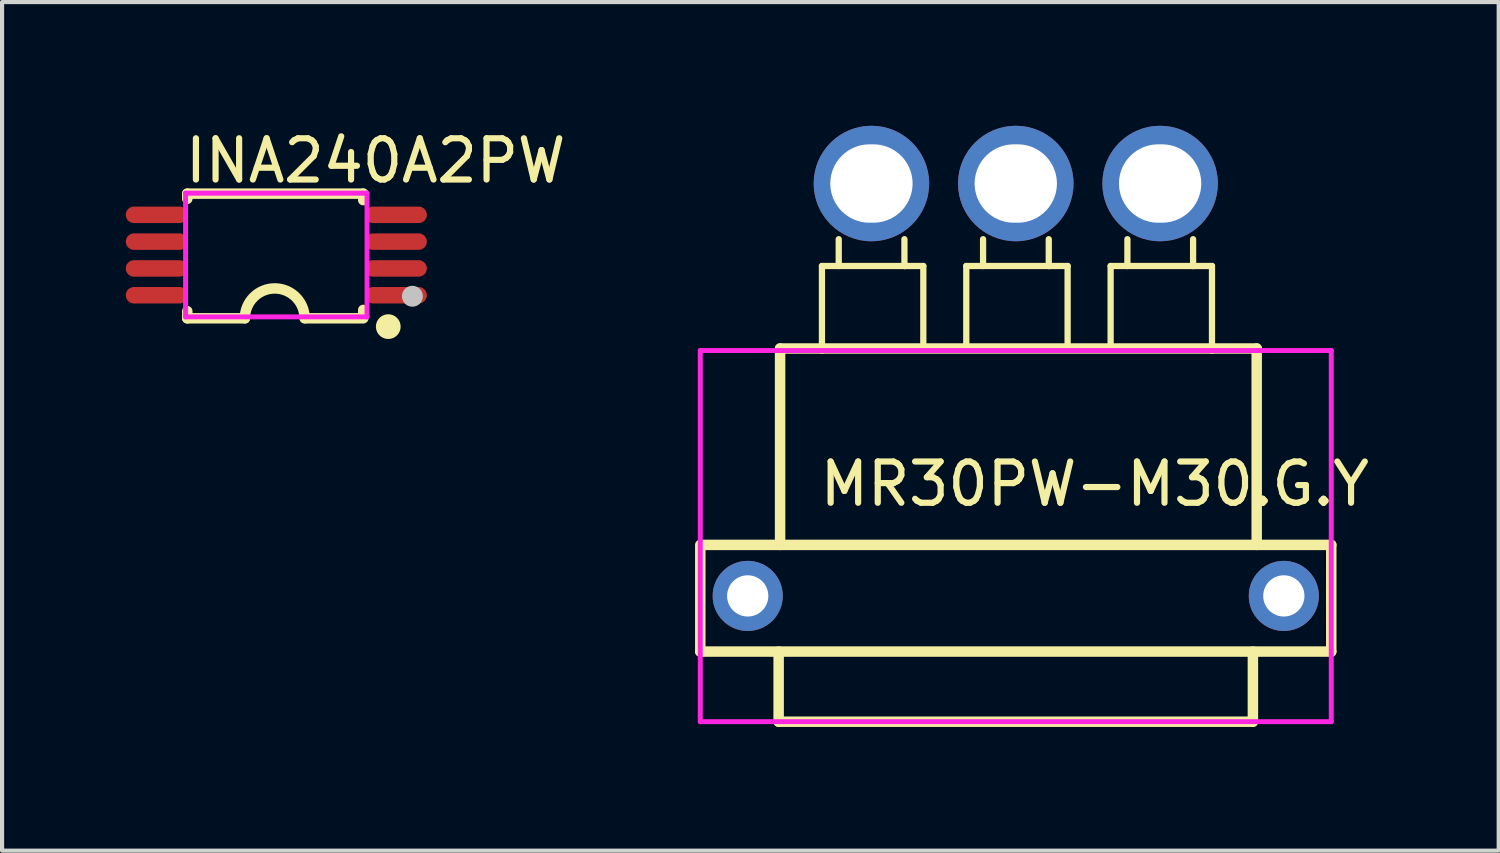
<source format=kicad_pcb>
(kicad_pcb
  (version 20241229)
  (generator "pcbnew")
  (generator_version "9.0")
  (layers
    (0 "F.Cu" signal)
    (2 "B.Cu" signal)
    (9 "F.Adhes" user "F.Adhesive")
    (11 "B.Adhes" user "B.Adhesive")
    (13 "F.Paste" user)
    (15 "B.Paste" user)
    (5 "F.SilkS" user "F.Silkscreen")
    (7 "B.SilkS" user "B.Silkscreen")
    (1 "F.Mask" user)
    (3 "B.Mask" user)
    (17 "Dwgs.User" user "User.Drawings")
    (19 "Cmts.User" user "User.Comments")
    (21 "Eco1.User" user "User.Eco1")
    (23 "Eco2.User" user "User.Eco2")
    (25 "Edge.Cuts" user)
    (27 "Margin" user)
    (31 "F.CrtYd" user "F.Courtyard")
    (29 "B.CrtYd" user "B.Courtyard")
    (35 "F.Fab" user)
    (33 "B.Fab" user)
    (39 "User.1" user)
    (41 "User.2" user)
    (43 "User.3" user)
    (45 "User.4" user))
  (footprint "INA240A2PW"
    (layer "F.Cu")
    (at 3.65 3.134)
    (property "Reference" "INA240A2PW" (at -2.286 -2.286 0) (layer "F.SilkS") (effects (font (size 1 1) (thickness 0.15)) (justify left)))
    (attr through_hole)
    (fp_line (start -2.159 -1.488) (end 2.108 -1.488) (stroke (width 0.254) (type solid)) (layer "F.SilkS"))
    (fp_line (start -2.159 -1.362) (end -2.159 -1.488) (stroke (width 0.254) (type solid)) (layer "F.SilkS"))
    (fp_line (start -2.159 1.534) (end -2.159 1.362) (stroke (width 0.254) (type solid)) (layer "F.SilkS"))
    (fp_line (start -0.762 1.534) (end -2.159 1.534) (stroke (width 0.254) (type solid)) (layer "F.SilkS"))
    (fp_line (start 2.108 -1.488) (end 2.108 -1.332) (stroke (width 0.254) (type solid)) (layer "F.SilkS"))
    (fp_line (start 2.108 1.332) (end 2.108 1.509) (stroke (width 0.254) (type solid)) (layer "F.SilkS"))
    (fp_line (start 2.108 1.534) (end 0.711 1.534) (stroke (width 0.254) (type solid)) (layer "F.SilkS"))
    (fp_arc (start -0.762 1.534) (mid -0.038 0.81) (end 0.686 1.534) (stroke (width 0.254) (type solid)) (layer "F.SilkS"))
    (fp_arc (start 2.565 1.735) (mid 2.865003 1.73573) (end 2.565005 1.73754) (stroke (width 0.3) (type solid)) (layer "F.SilkS"))
    (fp_circle (center 3.3 1) (end 3.427 1) (stroke (width 0.254) (type solid)) (fill no) (layer "Dwgs.User"))
    (fp_line (start -2.61 -1.1) (end -2.19 -1.1) (stroke (width 0.12) (type solid)) (layer "Eco2.User"))
    (fp_line (start -2.61 -0.85) (end -2.61 -1.1) (stroke (width 0.12) (type solid)) (layer "Eco2.User"))
    (fp_line (start -2.61 -0.45) (end -2.19 -0.45) (stroke (width 0.12) (type solid)) (layer "Eco2.User"))
    (fp_line (start -2.61 -0.2) (end -2.61 -0.45) (stroke (width 0.12) (type solid)) (layer "Eco2.User"))
    (fp_line (start -2.61 0.2) (end -2.19 0.2) (stroke (width 0.12) (type solid)) (layer "Eco2.User"))
    (fp_line (start -2.61 0.45) (end -2.61 0.2) (stroke (width 0.12) (type solid)) (layer "Eco2.User"))
    (fp_line (start -2.61 0.85) (end -2.19 0.85) (stroke (width 0.12) (type solid)) (layer "Eco2.User"))
    (fp_line (start -2.61 1.1) (end -2.61 0.85) (stroke (width 0.12) (type solid)) (layer "Eco2.User"))
    (fp_line (start -2.19 -1.1) (end -2.19 -0.85) (stroke (width 0.12) (type solid)) (layer "Eco2.User"))
    (fp_line (start -2.19 -0.85) (end -2.61 -0.85) (stroke (width 0.12) (type solid)) (layer "Eco2.User"))
    (fp_line (start -2.19 -0.45) (end -2.19 -0.2) (stroke (width 0.12) (type solid)) (layer "Eco2.User"))
    (fp_line (start -2.19 -0.2) (end -2.61 -0.2) (stroke (width 0.12) (type solid)) (layer "Eco2.User"))
    (fp_line (start -2.19 0.2) (end -2.19 0.45) (stroke (width 0.12) (type solid)) (layer "Eco2.User"))
    (fp_line (start -2.19 0.45) (end -2.61 0.45) (stroke (width 0.12) (type solid)) (layer "Eco2.User"))
    (fp_line (start -2.19 0.85) (end -2.19 1.1) (stroke (width 0.12) (type solid)) (layer "Eco2.User"))
    (fp_line (start -2.19 1.1) (end -2.61 1.1) (stroke (width 0.12) (type solid)) (layer "Eco2.User"))
    (fp_line (start 2.19 -1.1) (end 2.61 -1.1) (stroke (width 0.12) (type solid)) (layer "Eco2.User"))
    (fp_line (start 2.19 -0.85) (end 2.19 -1.1) (stroke (width 0.12) (type solid)) (layer "Eco2.User"))
    (fp_line (start 2.19 -0.45) (end 2.61 -0.45) (stroke (width 0.12) (type solid)) (layer "Eco2.User"))
    (fp_line (start 2.19 -0.2) (end 2.19 -0.45) (stroke (width 0.12) (type solid)) (layer "Eco2.User"))
    (fp_line (start 2.19 0.2) (end 2.61 0.2) (stroke (width 0.12) (type solid)) (layer "Eco2.User"))
    (fp_line (start 2.19 0.45) (end 2.19 0.2) (stroke (width 0.12) (type solid)) (layer "Eco2.User"))
    (fp_line (start 2.19 0.85) (end 2.61 0.85) (stroke (width 0.12) (type solid)) (layer "Eco2.User"))
    (fp_line (start 2.19 1.1) (end 2.19 0.85) (stroke (width 0.12) (type solid)) (layer "Eco2.User"))
    (fp_line (start 2.61 -1.1) (end 2.61 -0.85) (stroke (width 0.12) (type solid)) (layer "Eco2.User"))
    (fp_line (start 2.61 -0.85) (end 2.19 -0.85) (stroke (width 0.12) (type solid)) (layer "Eco2.User"))
    (fp_line (start 2.61 -0.45) (end 2.61 -0.2) (stroke (width 0.12) (type solid)) (layer "Eco2.User"))
    (fp_line (start 2.61 -0.2) (end 2.19 -0.2) (stroke (width 0.12) (type solid)) (layer "Eco2.User"))
    (fp_line (start 2.61 0.2) (end 2.61 0.45) (stroke (width 0.12) (type solid)) (layer "Eco2.User"))
    (fp_line (start 2.61 0.45) (end 2.19 0.45) (stroke (width 0.12) (type solid)) (layer "Eco2.User"))
    (fp_line (start 2.61 0.85) (end 2.61 1.1) (stroke (width 0.12) (type solid)) (layer "Eco2.User"))
    (fp_line (start 2.61 1.1) (end 2.19 1.1) (stroke (width 0.12) (type solid)) (layer "Eco2.User"))
    (fp_circle (center 3.15 1.45) (end 3.2 1.45) (stroke (width 0.1) (type solid)) (fill no) (layer "Eco2.User"))
    (fp_poly (pts (xy -3.2 -0.85) (xy -3.2 -1.1) (xy -2.6 -1.1) (xy -2.6 -0.85)) (stroke (width 0.12) (type solid)) (fill no) (layer "Eco2.User"))
    (fp_poly (pts (xy -3.2 -0.2) (xy -3.2 -0.45) (xy -2.6 -0.45) (xy -2.6 -0.2)) (stroke (width 0.12) (type solid)) (fill no) (layer "Eco2.User"))
    (fp_poly (pts (xy -3.2 0.45) (xy -3.2 0.2) (xy -2.6 0.2) (xy -2.6 0.45)) (stroke (width 0.12) (type solid)) (fill no) (layer "Eco2.User"))
    (fp_poly (pts (xy -3.2 1.1) (xy -3.2 0.85) (xy -2.6 0.85) (xy -2.6 1.1)) (stroke (width 0.12) (type solid)) (fill no) (layer "Eco2.User"))
    (fp_poly (pts (xy 2.6 -0.85) (xy 2.6 -1.1) (xy 3.2 -1.1) (xy 3.2 -0.85)) (stroke (width 0.12) (type solid)) (fill no) (layer "Eco2.User"))
    (fp_poly (pts (xy 2.6 -0.2) (xy 2.6 -0.45) (xy 3.2 -0.45) (xy 3.2 -0.2)) (stroke (width 0.12) (type solid)) (fill no) (layer "Eco2.User"))
    (fp_poly (pts (xy 2.6 0.45) (xy 2.6 0.2) (xy 3.2 0.2) (xy 3.2 0.45)) (stroke (width 0.12) (type solid)) (fill no) (layer "Eco2.User"))
    (fp_poly (pts (xy 2.6 1.1) (xy 2.6 0.85) (xy 3.2 0.85) (xy 3.2 1.1)) (stroke (width 0.12) (type solid)) (fill no) (layer "Eco2.User"))
    (fp_line (start -2.2 -1.5) (end 2.2 -1.5) (stroke (width 0.12) (type solid)) (layer "F.CrtYd"))
    (fp_line (start -2.2 1.5) (end -2.2 -1.5) (stroke (width 0.12) (type solid)) (layer "F.CrtYd"))
    (fp_line (start 2.2 -1.5) (end 2.2 1.5) (stroke (width 0.12) (type solid)) (layer "F.CrtYd"))
    (fp_line (start 2.2 1.5) (end -2.2 1.5) (stroke (width 0.12) (type solid)) (layer "F.CrtYd"))
    (pad "1" smd oval (at 2.9 0.975 270) (size 0.4 1.5) (layers "F.Cu" "F.Mask" "F.Paste"))
    (pad "2" smd oval (at 2.9 0.325 270) (size 0.4 1.5) (layers "F.Cu" "F.Mask" "F.Paste"))
    (pad "3" smd oval (at 2.9 -0.325 270) (size 0.4 1.5) (layers "F.Cu" "F.Mask" "F.Paste"))
    (pad "4" smd oval (at 2.9 -0.975 270) (size 0.4 1.5) (layers "F.Cu" "F.Mask" "F.Paste"))
    (pad "5" smd oval (at -2.9 -0.975 270) (size 0.4 1.5) (layers "F.Cu" "F.Mask" "F.Paste"))
    (pad "6" smd oval (at -2.9 -0.325 270) (size 0.4 1.5) (layers "F.Cu" "F.Mask" "F.Paste"))
    (pad "7" smd oval (at -2.9 0.325 270) (size 0.4 1.5) (layers "F.Cu" "F.Mask" "F.Paste"))
    (pad "8" smd oval (at -2.9 0.975 270) (size 0.4 1.5) (layers "F.Cu" "F.Mask" "F.Paste")))
  (footprint "MR30PW-M30.G.Y"
    (layer "F.Cu")
    (at 21.581 6.4)
    (property "Reference" "MR30PW-M30.G.Y" (at -4.826 2.286 0) (layer "F.SilkS") (effects (font (size 1 1) (thickness 0.15)) (justify left)))
    (attr through_hole)
    (fp_line (start -7.65 6.35) (end -7.65 3.763) (stroke (width 0.254) (type solid)) (layer "F.SilkS"))
    (fp_line (start -7.65 6.35) (end 7.65 6.35) (stroke (width 0.254) (type solid)) (layer "F.SilkS"))
    (fp_line (start -5.75 8.05) (end -5.75 6.35) (stroke (width 0.254) (type solid)) (layer "F.SilkS"))
    (fp_line (start -5.75 8.05) (end 5.75 8.05) (stroke (width 0.254) (type solid)) (layer "F.SilkS"))
    (fp_line (start -5.715 -1) (end -5.715 3.763) (stroke (width 0.254) (type solid)) (layer "F.SilkS"))
    (fp_line (start -4.7 -3) (end -2.242 -3) (stroke (width 0.152) (type solid)) (layer "F.SilkS"))
    (fp_line (start -4.7 -1) (end -5.715 -1) (stroke (width 0.254) (type solid)) (layer "F.SilkS"))
    (fp_line (start -4.7 -1) (end -4.7 -3) (stroke (width 0.152) (type solid)) (layer "F.SilkS"))
    (fp_line (start -4.7 -1) (end 4.758 -1) (stroke (width 0.254) (type solid)) (layer "F.SilkS"))
    (fp_line (start -4.293 -3) (end -4.293 -3.65) (stroke (width 0.152) (type solid)) (layer "F.SilkS"))
    (fp_line (start -2.7 -3.65) (end -2.7 -3) (stroke (width 0.152) (type solid)) (layer "F.SilkS"))
    (fp_line (start -2.7 -3) (end -2.675 -3) (stroke (width 0.152) (type solid)) (layer "F.SilkS"))
    (fp_line (start -2.242 -3) (end -2.242 -1) (stroke (width 0.152) (type solid)) (layer "F.SilkS"))
    (fp_line (start -1.2 -3) (end 1.257 -3) (stroke (width 0.152) (type solid)) (layer "F.SilkS"))
    (fp_line (start -1.2 -1) (end -1.2 -3) (stroke (width 0.152) (type solid)) (layer "F.SilkS"))
    (fp_line (start -0.793 -3) (end -0.793 -3.65) (stroke (width 0.152) (type solid)) (layer "F.SilkS"))
    (fp_line (start 0.8 -3.65) (end 0.8 -3) (stroke (width 0.152) (type solid)) (layer "F.SilkS"))
    (fp_line (start 0.8 -3) (end 0.825 -3) (stroke (width 0.152) (type solid)) (layer "F.SilkS"))
    (fp_line (start 1.257 -3) (end 1.257 -1) (stroke (width 0.152) (type solid)) (layer "F.SilkS"))
    (fp_line (start 2.3 -3) (end 4.758 -3) (stroke (width 0.152) (type solid)) (layer "F.SilkS"))
    (fp_line (start 2.3 -1) (end 2.3 -3) (stroke (width 0.152) (type solid)) (layer "F.SilkS"))
    (fp_line (start 2.707 -3) (end 2.707 -3.65) (stroke (width 0.152) (type solid)) (layer "F.SilkS"))
    (fp_line (start 4.3 -3.65) (end 4.3 -3) (stroke (width 0.152) (type solid)) (layer "F.SilkS"))
    (fp_line (start 4.3 -3) (end 4.325 -3) (stroke (width 0.152) (type solid)) (layer "F.SilkS"))
    (fp_line (start 4.758 -3) (end 4.758 -1) (stroke (width 0.152) (type solid)) (layer "F.SilkS"))
    (fp_line (start 4.758 -1) (end 5.842 -1) (stroke (width 0.254) (type solid)) (layer "F.SilkS"))
    (fp_line (start 5.75 8.05) (end 5.75 6.35) (stroke (width 0.254) (type solid)) (layer "F.SilkS"))
    (fp_line (start 5.842 -1) (end 5.842 3.763) (stroke (width 0.254) (type solid)) (layer "F.SilkS"))
    (fp_line (start 7.65 3.763) (end -7.62 3.763) (stroke (width 0.254) (type solid)) (layer "F.SilkS"))
    (fp_line (start 7.65 6.35) (end 7.65 3.763) (stroke (width 0.254) (type solid)) (layer "F.SilkS"))
    (fp_line (start -4.3 -5.8) (end -4.3 -0.9) (stroke (width 0.12) (type solid)) (layer "Eco2.User"))
    (fp_line (start -4.3 -0.9) (end -2.7 -0.9) (stroke (width 0.12) (type solid)) (layer "Eco2.User"))
    (fp_line (start -2.7 -5.8) (end -4.3 -5.8) (stroke (width 0.12) (type solid)) (layer "Eco2.User"))
    (fp_line (start -2.7 -0.9) (end -2.7 -5.8) (stroke (width 0.12) (type solid)) (layer "Eco2.User"))
    (fp_line (start -0.8 -5.8) (end -0.8 -0.9) (stroke (width 0.12) (type solid)) (layer "Eco2.User"))
    (fp_line (start -0.8 -0.9) (end 0.8 -0.9) (stroke (width 0.12) (type solid)) (layer "Eco2.User"))
    (fp_line (start 0.8 -5.8) (end -0.8 -5.8) (stroke (width 0.12) (type solid)) (layer "Eco2.User"))
    (fp_line (start 0.8 -0.9) (end 0.8 -5.8) (stroke (width 0.12) (type solid)) (layer "Eco2.User"))
    (fp_line (start 2.7 -5.8) (end 2.7 -0.9) (stroke (width 0.12) (type solid)) (layer "Eco2.User"))
    (fp_line (start 2.7 -0.9) (end 4.3 -0.9) (stroke (width 0.12) (type solid)) (layer "Eco2.User"))
    (fp_line (start 4.3 -5.8) (end 2.7 -5.8) (stroke (width 0.12) (type solid)) (layer "Eco2.User"))
    (fp_line (start 4.3 -0.9) (end 4.3 -5.8) (stroke (width 0.12) (type solid)) (layer "Eco2.User"))
    (fp_circle (center -7.65 -5.8) (end -7.62 -5.8) (stroke (width 0.06) (type solid)) (fill no) (layer "Eco2.User"))
    (fp_circle (center -6.5 5) (end -6.3 5) (stroke (width 0.4) (type solid)) (fill no) (layer "Eco2.User"))
    (fp_circle (center -3.5 -5) (end -3.1 -5) (stroke (width 0.8) (type solid)) (fill no) (layer "Eco2.User"))
    (fp_circle (center 0 -5) (end 0.4 -5) (stroke (width 0.8) (type solid)) (fill no) (layer "Eco2.User"))
    (fp_circle (center 3.5 -5) (end 3.9 -5) (stroke (width 0.8) (type solid)) (fill no) (layer "Eco2.User"))
    (fp_circle (center 6.5 5) (end 6.7 5) (stroke (width 0.4) (type solid)) (fill no) (layer "Eco2.User"))
    (fp_line (start -7.65 -0.95) (end 7.65 -0.95) (stroke (width 0.12) (type solid)) (layer "F.CrtYd"))
    (fp_line (start -7.65 8.05) (end -7.65 -0.95) (stroke (width 0.12) (type solid)) (layer "F.CrtYd"))
    (fp_line (start 7.65 -0.95) (end 7.65 8.05) (stroke (width 0.12) (type solid)) (layer "F.CrtYd"))
    (fp_line (start 7.65 8.05) (end -7.65 8.05) (stroke (width 0.12) (type solid)) (layer "F.CrtYd"))
    (pad "1" thru_hole circle (at -3.5 -5 180) (size 2.8 2.8) (drill oval 1.995 1.9) (layers "*.Cu" "*.Mask"))
    (pad "2" thru_hole circle (at 0 -5 180) (size 2.8 2.8) (drill oval 1.995 1.9) (layers "*.Cu" "*.Mask"))
    (pad "3" thru_hole circle (at 3.5 -5 180) (size 2.8 2.8) (drill oval 1.995 1.9) (layers "*.Cu" "*.Mask"))
    (pad "4" thru_hole circle (at 6.5 5 180) (size 1.7 1.7) (drill 1) (layers "*.Cu" "*.Mask"))
    (pad "5" thru_hole circle (at -6.5 5 180) (size 1.7 1.7) (drill 1) (layers "*.Cu" "*.Mask")))
  (gr_rect
    (start -3 -3)
    (end 33.291 17.577)
    (stroke (width 0.1) (type default))
    (fill no)
    (layer "Edge.Cuts")))
</source>
